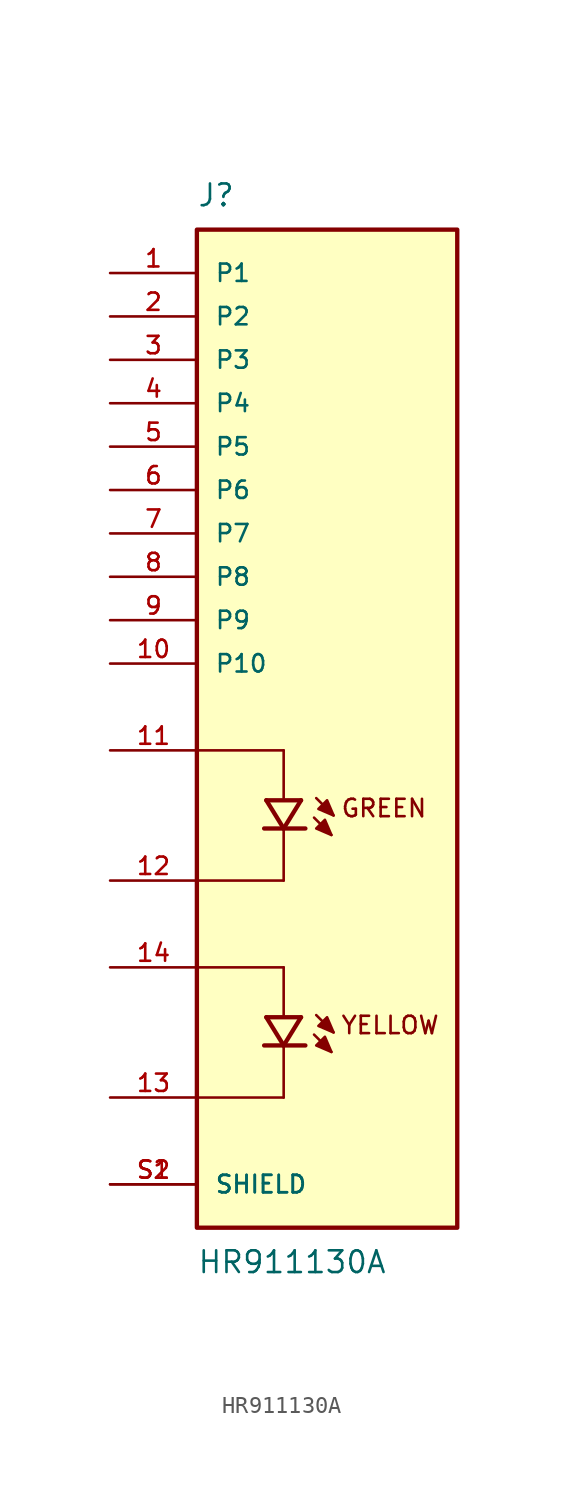
<source format=kicad_sym>
(kicad_symbol_lib
  (version 20241209)
  (generator "kicad_symbol_editor")
  (generator_version "9.0")
  (symbol "HR911130A"
    (pin_names
      (offset 1.016))
    (property "Reference" "J"
      (at -7.62 29.21 0)
      (effects (font (size 1.27 1.27)) (justify left bottom)))
    (property "Value" "HR911130A"
      (at -7.62 -31.75 0)
      (effects (font (size 1.27 1.27)) (justify left top)))
    (symbol "HR911130A_0_0"
      (polyline (pts (xy -7.62 -2.54) (xy -2.54 -2.54)) (stroke (width 0.152) (type default)) (fill (type none)))
      (polyline (pts (xy -7.62 -15.24) (xy -2.54 -15.24)) (stroke (width 0.152) (type default)) (fill (type none)))
      (rectangle (start -7.62 -30.48) (end 7.62 27.94) (stroke (width 0.254) (type default)) (fill (type background)))
      (polyline (pts (xy -3.683 -7.112) (xy -2.54 -7.112)) (stroke (width 0.254) (type default)) (fill (type none)))
      (polyline (pts (xy -3.683 -19.812) (xy -2.54 -19.812)) (stroke (width 0.254) (type default)) (fill (type none)))
      (polyline (pts (xy -3.556 -5.461) (xy -2.54 -7.112)) (stroke (width 0.254) (type default)) (fill (type none)))
      (polyline (pts (xy -3.556 -5.461) (xy -1.524 -5.461)) (stroke (width 0.254) (type default)) (fill (type none)))
      (polyline (pts (xy -3.556 -18.161) (xy -2.54 -19.812)) (stroke (width 0.254) (type default)) (fill (type none)))
      (polyline (pts (xy -3.556 -18.161) (xy -1.524 -18.161)) (stroke (width 0.254) (type default)) (fill (type none)))
      (polyline (pts (xy -2.54 -2.54) (xy -2.54 -5.334)) (stroke (width 0.152) (type default)) (fill (type none)))
      (polyline (pts (xy -2.54 -7.112) (xy -1.524 -5.461)) (stroke (width 0.254) (type default)) (fill (type none)))
      (polyline (pts (xy -2.54 -7.112) (xy -1.27 -7.112)) (stroke (width 0.254) (type default)) (fill (type none)))
      (polyline (pts (xy -2.54 -7.239) (xy -2.54 -10.16)) (stroke (width 0.152) (type default)) (fill (type none)))
      (polyline (pts (xy -2.54 -10.16) (xy -7.62 -10.16)) (stroke (width 0.152) (type default)) (fill (type none)))
      (polyline (pts (xy -2.54 -15.24) (xy -2.54 -18.034)) (stroke (width 0.152) (type default)) (fill (type none)))
      (polyline (pts (xy -2.54 -19.812) (xy -1.524 -18.161)) (stroke (width 0.254) (type default)) (fill (type none)))
      (polyline (pts (xy -2.54 -19.812) (xy -1.27 -19.812)) (stroke (width 0.254) (type default)) (fill (type none)))
      (polyline (pts (xy -2.54 -19.939) (xy -2.54 -22.86)) (stroke (width 0.152) (type default)) (fill (type none)))
      (polyline (pts (xy -2.54 -22.86) (xy -7.62 -22.86)) (stroke (width 0.152) (type default)) (fill (type none)))
      (polyline (pts (xy -0.762 -6.477) (xy 0.254 -7.493)) (stroke (width 0.152) (type default)) (fill (type none)))
      (polyline (pts (xy -0.762 -19.177) (xy 0.254 -20.193)) (stroke (width 0.152) (type default)) (fill (type none)))
      (polyline (pts (xy -0.635 -5.334) (xy 0.381 -6.35)) (stroke (width 0.152) (type default)) (fill (type none)))
      (polyline (pts (xy -0.635 -18.034) (xy 0.381 -19.05)) (stroke (width 0.152) (type default)) (fill (type none)))
      (polyline (pts (xy 0.254 -7.493) (xy -0.127 -6.604) (xy -0.635 -7.112) (xy 0.254 -7.493)) (stroke (width 0.152) (type default)) (fill (type outline)))
      (polyline (pts (xy 0.254 -20.193) (xy -0.127 -19.304) (xy -0.635 -19.812) (xy 0.254 -20.193)) (stroke (width 0.152) (type default)) (fill (type outline)))
      (polyline (pts (xy 0.381 -6.35) (xy 0 -5.461) (xy -0.508 -5.969) (xy 0.381 -6.35)) (stroke (width 0.152) (type default)) (fill (type outline)))
      (polyline (pts (xy 0.381 -19.05) (xy 0 -18.161) (xy -0.508 -18.669) (xy 0.381 -19.05)) (stroke (width 0.152) (type default)) (fill (type outline)))
      (text "GREEN" (at 0.762 -5.334 0) (effects (font (size 1.016 1.016)) (justify left top)))
      (text "YELLOW" (at 0.762 -18.034 0) (effects (font (size 1.016 1.016)) (justify left top)))
      (pin passive line (at -12.7 25.4 0) (length 5.08) (name "P1" (effects (font (size 1.016 1.016)))) (number "1" (effects (font (size 1.016 1.016)))))
      (pin passive line (at -12.7 22.86 0) (length 5.08) (name "P2" (effects (font (size 1.016 1.016)))) (number "2" (effects (font (size 1.016 1.016)))))
      (pin passive line (at -12.7 20.32 0) (length 5.08) (name "P3" (effects (font (size 1.016 1.016)))) (number "3" (effects (font (size 1.016 1.016)))))
      (pin passive line (at -12.7 17.78 0) (length 5.08) (name "P4" (effects (font (size 1.016 1.016)))) (number "4" (effects (font (size 1.016 1.016)))))
      (pin passive line (at -12.7 15.24 0) (length 5.08) (name "P5" (effects (font (size 1.016 1.016)))) (number "5" (effects (font (size 1.016 1.016)))))
      (pin passive line (at -12.7 12.7 0) (length 5.08) (name "P6" (effects (font (size 1.016 1.016)))) (number "6" (effects (font (size 1.016 1.016)))))
      (pin passive line (at -12.7 10.16 0) (length 5.08) (name "P7" (effects (font (size 1.016 1.016)))) (number "7" (effects (font (size 1.016 1.016)))))
      (pin passive line (at -12.7 7.62 0) (length 5.08) (name "P8" (effects (font (size 1.016 1.016)))) (number "8" (effects (font (size 1.016 1.016)))))
      (pin passive line (at -12.7 5.08 0) (length 5.08) (name "P9" (effects (font (size 1.016 1.016)))) (number "9" (effects (font (size 1.016 1.016)))))
      (pin passive line (at -12.7 2.54 0) (length 5.08) (name "P10" (effects (font (size 1.016 1.016)))) (number "10" (effects (font (size 1.016 1.016)))))
      (pin passive line (at -12.7 -10.16 0) (length 5.08) (name "~" (effects (font (size 1.016 1.016)))) (number "12" (effects (font (size 1.016 1.016)))))
      (pin passive line (at -12.7 -22.86 0) (length 5.08) (name "~" (effects (font (size 1.016 1.016)))) (number "13" (effects (font (size 1.016 1.016)))))
      (pin passive line (at -12.7 -27.94 0) (length 5.08) (name "SHIELD" (effects (font (size 1.016 1.016)))) (number "S1" (effects (font (size 1.016 1.016)))))
      (pin passive line (at -12.7 -27.94 0) (length 5.08) (name "SHIELD" (effects (font (size 1.016 1.016)))) (number "S2" (effects (font (size 1.016 1.016))))))
    (symbol "HR911130A_1_0"
      (pin input line (at -12.7 -2.54 0) (length 5.08) (name "~" (effects (font (size 1.016 1.016)))) (number "11" (effects (font (size 1.016 1.016)))))
      (pin input line (at -12.7 -15.24 0) (length 5.08) (name "~" (effects (font (size 1.016 1.016)))) (number "14" (effects (font (size 1.016 1.016))))))))
</source>
